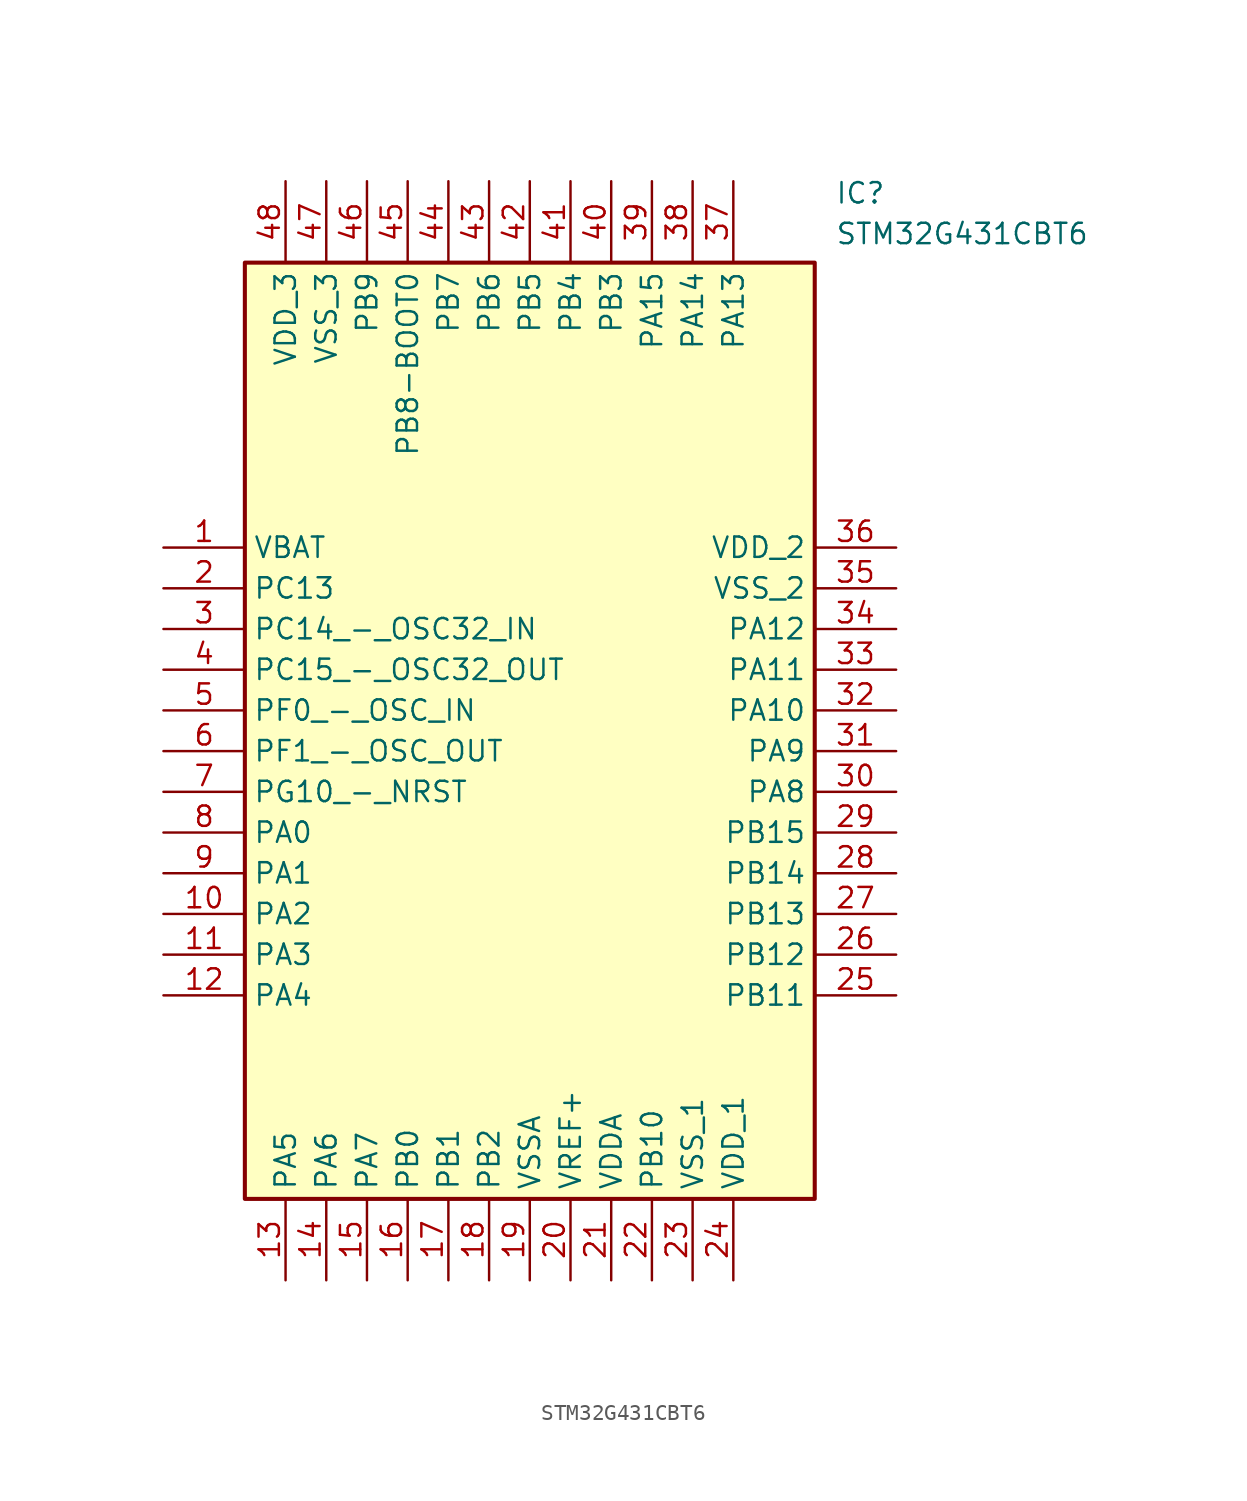
<source format=kicad_sym>
(kicad_symbol_lib
  (version 20231120)
  (generator "kicad_symbol_editor")
  (generator_version "8.0")
  (symbol "STM32G431CBT6"
    (property "Reference" "IC"
      (at 41.91 22.86 0)
      (effects (font (size 1.27 1.27)) (justify left top)))
    (property "Value" "STM32G431CBT6"
      (at 41.91 20.32 0)
      (effects (font (size 1.27 1.27)) (justify left top)))
    (symbol "STM32G431CBT6_1_1"
      (rectangle (start 5.08 17.78) (end 40.64 -40.64) (stroke (width 0.254) (type default)) (fill (type background)))
      (pin passive line (at 0 0 0) (length 5.08) (name "VBAT" (effects (font (size 1.27 1.27)))) (number "1" (effects (font (size 1.27 1.27)))))
      (pin passive line (at 0 -22.86 0) (length 5.08) (name "PA2" (effects (font (size 1.27 1.27)))) (number "10" (effects (font (size 1.27 1.27)))))
      (pin passive line (at 0 -25.4 0) (length 5.08) (name "PA3" (effects (font (size 1.27 1.27)))) (number "11" (effects (font (size 1.27 1.27)))))
      (pin passive line (at 0 -27.94 0) (length 5.08) (name "PA4" (effects (font (size 1.27 1.27)))) (number "12" (effects (font (size 1.27 1.27)))))
      (pin passive line (at 7.62 -45.72 90) (length 5.08) (name "PA5" (effects (font (size 1.27 1.27)))) (number "13" (effects (font (size 1.27 1.27)))))
      (pin passive line (at 10.16 -45.72 90) (length 5.08) (name "PA6" (effects (font (size 1.27 1.27)))) (number "14" (effects (font (size 1.27 1.27)))))
      (pin passive line (at 12.7 -45.72 90) (length 5.08) (name "PA7" (effects (font (size 1.27 1.27)))) (number "15" (effects (font (size 1.27 1.27)))))
      (pin passive line (at 15.24 -45.72 90) (length 5.08) (name "PB0" (effects (font (size 1.27 1.27)))) (number "16" (effects (font (size 1.27 1.27)))))
      (pin passive line (at 17.78 -45.72 90) (length 5.08) (name "PB1" (effects (font (size 1.27 1.27)))) (number "17" (effects (font (size 1.27 1.27)))))
      (pin passive line (at 20.32 -45.72 90) (length 5.08) (name "PB2" (effects (font (size 1.27 1.27)))) (number "18" (effects (font (size 1.27 1.27)))))
      (pin passive line (at 22.86 -45.72 90) (length 5.08) (name "VSSA" (effects (font (size 1.27 1.27)))) (number "19" (effects (font (size 1.27 1.27)))))
      (pin passive line (at 0 -2.54 0) (length 5.08) (name "PC13" (effects (font (size 1.27 1.27)))) (number "2" (effects (font (size 1.27 1.27)))))
      (pin passive line (at 25.4 -45.72 90) (length 5.08) (name "VREF+" (effects (font (size 1.27 1.27)))) (number "20" (effects (font (size 1.27 1.27)))))
      (pin passive line (at 27.94 -45.72 90) (length 5.08) (name "VDDA" (effects (font (size 1.27 1.27)))) (number "21" (effects (font (size 1.27 1.27)))))
      (pin passive line (at 30.48 -45.72 90) (length 5.08) (name "PB10" (effects (font (size 1.27 1.27)))) (number "22" (effects (font (size 1.27 1.27)))))
      (pin passive line (at 33.02 -45.72 90) (length 5.08) (name "VSS_1" (effects (font (size 1.27 1.27)))) (number "23" (effects (font (size 1.27 1.27)))))
      (pin passive line (at 35.56 -45.72 90) (length 5.08) (name "VDD_1" (effects (font (size 1.27 1.27)))) (number "24" (effects (font (size 1.27 1.27)))))
      (pin passive line (at 45.72 -27.94 180) (length 5.08) (name "PB11" (effects (font (size 1.27 1.27)))) (number "25" (effects (font (size 1.27 1.27)))))
      (pin passive line (at 45.72 -25.4 180) (length 5.08) (name "PB12" (effects (font (size 1.27 1.27)))) (number "26" (effects (font (size 1.27 1.27)))))
      (pin passive line (at 45.72 -22.86 180) (length 5.08) (name "PB13" (effects (font (size 1.27 1.27)))) (number "27" (effects (font (size 1.27 1.27)))))
      (pin passive line (at 45.72 -20.32 180) (length 5.08) (name "PB14" (effects (font (size 1.27 1.27)))) (number "28" (effects (font (size 1.27 1.27)))))
      (pin passive line (at 45.72 -17.78 180) (length 5.08) (name "PB15" (effects (font (size 1.27 1.27)))) (number "29" (effects (font (size 1.27 1.27)))))
      (pin passive line (at 0 -5.08 0) (length 5.08) (name "PC14_-_OSC32_IN" (effects (font (size 1.27 1.27)))) (number "3" (effects (font (size 1.27 1.27)))))
      (pin passive line (at 45.72 -15.24 180) (length 5.08) (name "PA8" (effects (font (size 1.27 1.27)))) (number "30" (effects (font (size 1.27 1.27)))))
      (pin passive line (at 45.72 -12.7 180) (length 5.08) (name "PA9" (effects (font (size 1.27 1.27)))) (number "31" (effects (font (size 1.27 1.27)))))
      (pin passive line (at 45.72 -10.16 180) (length 5.08) (name "PA10" (effects (font (size 1.27 1.27)))) (number "32" (effects (font (size 1.27 1.27)))))
      (pin passive line (at 45.72 -7.62 180) (length 5.08) (name "PA11" (effects (font (size 1.27 1.27)))) (number "33" (effects (font (size 1.27 1.27)))))
      (pin passive line (at 45.72 -5.08 180) (length 5.08) (name "PA12" (effects (font (size 1.27 1.27)))) (number "34" (effects (font (size 1.27 1.27)))))
      (pin passive line (at 45.72 -2.54 180) (length 5.08) (name "VSS_2" (effects (font (size 1.27 1.27)))) (number "35" (effects (font (size 1.27 1.27)))))
      (pin passive line (at 45.72 0 180) (length 5.08) (name "VDD_2" (effects (font (size 1.27 1.27)))) (number "36" (effects (font (size 1.27 1.27)))))
      (pin passive line (at 35.56 22.86 270) (length 5.08) (name "PA13" (effects (font (size 1.27 1.27)))) (number "37" (effects (font (size 1.27 1.27)))))
      (pin passive line (at 33.02 22.86 270) (length 5.08) (name "PA14" (effects (font (size 1.27 1.27)))) (number "38" (effects (font (size 1.27 1.27)))))
      (pin passive line (at 30.48 22.86 270) (length 5.08) (name "PA15" (effects (font (size 1.27 1.27)))) (number "39" (effects (font (size 1.27 1.27)))))
      (pin passive line (at 0 -7.62 0) (length 5.08) (name "PC15_-_OSC32_OUT" (effects (font (size 1.27 1.27)))) (number "4" (effects (font (size 1.27 1.27)))))
      (pin passive line (at 27.94 22.86 270) (length 5.08) (name "PB3" (effects (font (size 1.27 1.27)))) (number "40" (effects (font (size 1.27 1.27)))))
      (pin passive line (at 25.4 22.86 270) (length 5.08) (name "PB4" (effects (font (size 1.27 1.27)))) (number "41" (effects (font (size 1.27 1.27)))))
      (pin passive line (at 22.86 22.86 270) (length 5.08) (name "PB5" (effects (font (size 1.27 1.27)))) (number "42" (effects (font (size 1.27 1.27)))))
      (pin passive line (at 20.32 22.86 270) (length 5.08) (name "PB6" (effects (font (size 1.27 1.27)))) (number "43" (effects (font (size 1.27 1.27)))))
      (pin passive line (at 17.78 22.86 270) (length 5.08) (name "PB7" (effects (font (size 1.27 1.27)))) (number "44" (effects (font (size 1.27 1.27)))))
      (pin passive line (at 15.24 22.86 270) (length 5.08) (name "PB8-BOOT0" (effects (font (size 1.27 1.27)))) (number "45" (effects (font (size 1.27 1.27)))))
      (pin passive line (at 12.7 22.86 270) (length 5.08) (name "PB9" (effects (font (size 1.27 1.27)))) (number "46" (effects (font (size 1.27 1.27)))))
      (pin passive line (at 10.16 22.86 270) (length 5.08) (name "VSS_3" (effects (font (size 1.27 1.27)))) (number "47" (effects (font (size 1.27 1.27)))))
      (pin passive line (at 7.62 22.86 270) (length 5.08) (name "VDD_3" (effects (font (size 1.27 1.27)))) (number "48" (effects (font (size 1.27 1.27)))))
      (pin passive line (at 0 -10.16 0) (length 5.08) (name "PF0_-_OSC_IN" (effects (font (size 1.27 1.27)))) (number "5" (effects (font (size 1.27 1.27)))))
      (pin passive line (at 0 -12.7 0) (length 5.08) (name "PF1_-_OSC_OUT" (effects (font (size 1.27 1.27)))) (number "6" (effects (font (size 1.27 1.27)))))
      (pin passive line (at 0 -15.24 0) (length 5.08) (name "PG10_-_NRST" (effects (font (size 1.27 1.27)))) (number "7" (effects (font (size 1.27 1.27)))))
      (pin passive line (at 0 -17.78 0) (length 5.08) (name "PA0" (effects (font (size 1.27 1.27)))) (number "8" (effects (font (size 1.27 1.27)))))
      (pin passive line (at 0 -20.32 0) (length 5.08) (name "PA1" (effects (font (size 1.27 1.27)))) (number "9" (effects (font (size 1.27 1.27))))))))
</source>
